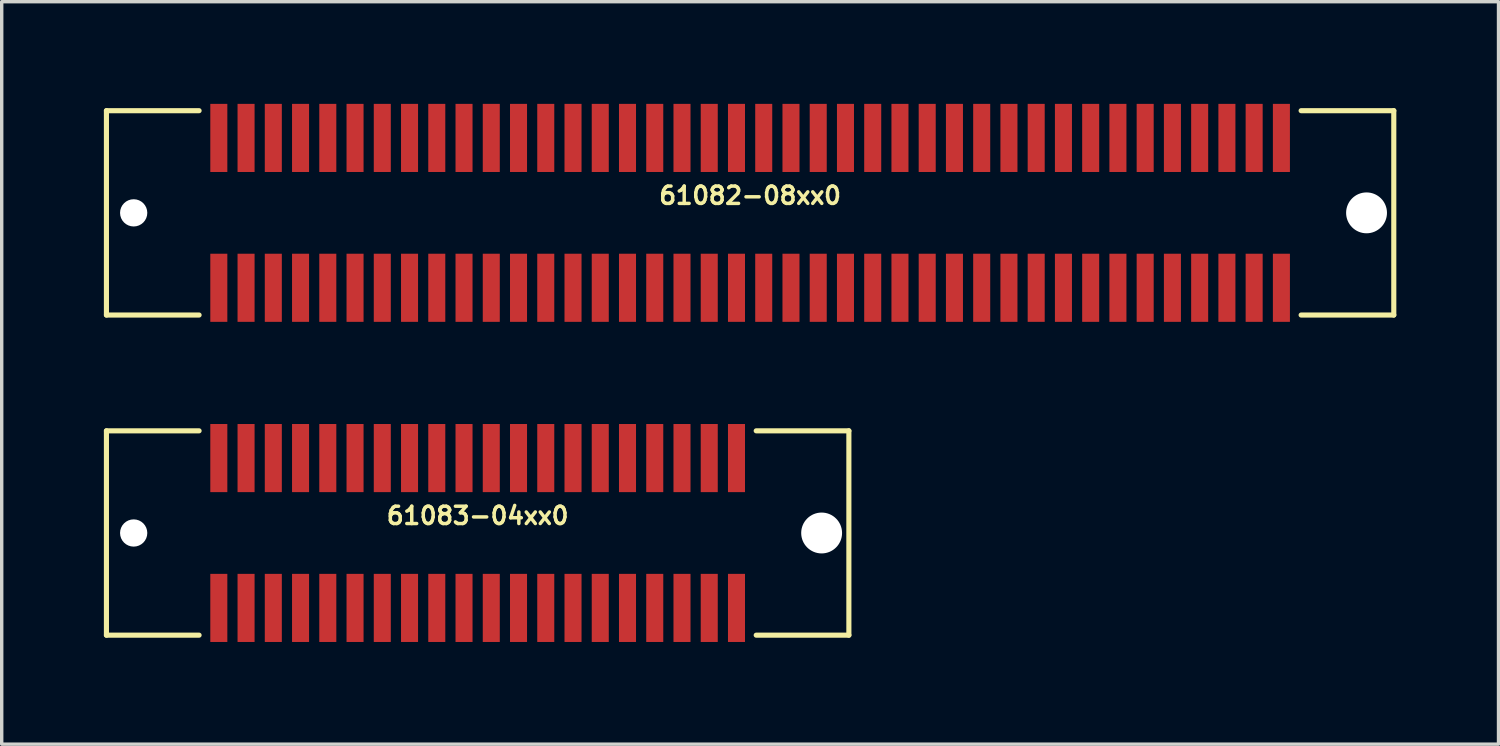
<source format=kicad_pcb>
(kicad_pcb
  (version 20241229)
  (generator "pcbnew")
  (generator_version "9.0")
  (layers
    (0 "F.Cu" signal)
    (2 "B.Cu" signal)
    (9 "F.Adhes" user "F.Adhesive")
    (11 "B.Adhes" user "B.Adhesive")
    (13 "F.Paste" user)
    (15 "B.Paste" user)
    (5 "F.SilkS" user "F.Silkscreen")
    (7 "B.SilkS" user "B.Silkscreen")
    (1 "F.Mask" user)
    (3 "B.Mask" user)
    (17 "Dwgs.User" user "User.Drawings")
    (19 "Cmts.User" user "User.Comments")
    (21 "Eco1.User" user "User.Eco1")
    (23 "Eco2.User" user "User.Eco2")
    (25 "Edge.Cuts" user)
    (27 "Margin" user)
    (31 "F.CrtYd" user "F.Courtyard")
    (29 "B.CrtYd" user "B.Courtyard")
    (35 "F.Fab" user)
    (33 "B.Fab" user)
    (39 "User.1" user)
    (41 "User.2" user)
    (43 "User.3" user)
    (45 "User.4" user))
  (footprint "61083-04xx0"
    (layer "F.Cu")
    (at 10.975 12.6)
    (property "Reference" "61083-04xx0" (at 0 -0.508 0) (layer "F.SilkS") (effects (font (size 0.508 0.508) (thickness 0.102))))
    (attr through_hole)
    (fp_line (start -10.9 -3) (end -10.9 3) (stroke (width 0.15) (type solid)) (layer "F.SilkS"))
    (fp_line (start -10.9 -3) (end -8.179 -3) (stroke (width 0.15) (type solid)) (layer "F.SilkS"))
    (fp_line (start -10.9 3) (end -8.179 3) (stroke (width 0.15) (type solid)) (layer "F.SilkS"))
    (fp_line (start 8.179 -3) (end 10.9 -3) (stroke (width 0.15) (type solid)) (layer "F.SilkS"))
    (fp_line (start 10.9 -3) (end 10.9 3) (stroke (width 0.15) (type solid)) (layer "F.SilkS"))
    (fp_line (start 10.9 3) (end 8.179 3) (stroke (width 0.15) (type solid)) (layer "F.SilkS"))
    (pad "" np_thru_hole circle (at -10.1 0) (size 0.8 0.8) (drill 0.8) (layers "*.Cu" "*.Mask"))
    (pad "" np_thru_hole circle (at 10.1 0) (size 1.2 1.2) (drill 1.2) (layers "*.Cu" "*.Mask"))
    (pad "1" smd rect (at -7.6 -2.2) (size 0.5 2) (layers "F.Cu" "F.Mask" "F.Paste"))
    (pad "2" smd rect (at -7.6 2.2) (size 0.5 2) (layers "F.Cu" "F.Mask" "F.Paste"))
    (pad "3" smd rect (at -6.8 -2.2) (size 0.5 2) (layers "F.Cu" "F.Mask" "F.Paste"))
    (pad "4" smd rect (at -6.8 2.2) (size 0.5 2) (layers "F.Cu" "F.Mask" "F.Paste"))
    (pad "5" smd rect (at -6 -2.2) (size 0.5 2) (layers "F.Cu" "F.Mask" "F.Paste"))
    (pad "6" smd rect (at -6 2.2) (size 0.5 2) (layers "F.Cu" "F.Mask" "F.Paste"))
    (pad "7" smd rect (at -5.2 -2.2) (size 0.5 2) (layers "F.Cu" "F.Mask" "F.Paste"))
    (pad "8" smd rect (at -5.2 2.2) (size 0.5 2) (layers "F.Cu" "F.Mask" "F.Paste"))
    (pad "9" smd rect (at -4.4 -2.2) (size 0.5 2) (layers "F.Cu" "F.Mask" "F.Paste"))
    (pad "10" smd rect (at -4.4 2.2) (size 0.5 2) (layers "F.Cu" "F.Mask" "F.Paste"))
    (pad "11" smd rect (at -3.6 -2.2) (size 0.5 2) (layers "F.Cu" "F.Mask" "F.Paste"))
    (pad "12" smd rect (at -3.6 2.2) (size 0.5 2) (layers "F.Cu" "F.Mask" "F.Paste"))
    (pad "13" smd rect (at -2.8 -2.2) (size 0.5 2) (layers "F.Cu" "F.Mask" "F.Paste"))
    (pad "14" smd rect (at -2.8 2.2) (size 0.5 2) (layers "F.Cu" "F.Mask" "F.Paste"))
    (pad "15" smd rect (at -2 -2.2) (size 0.5 2) (layers "F.Cu" "F.Mask" "F.Paste"))
    (pad "16" smd rect (at -2 2.2) (size 0.5 2) (layers "F.Cu" "F.Mask" "F.Paste"))
    (pad "17" smd rect (at -1.2 -2.2) (size 0.5 2) (layers "F.Cu" "F.Mask" "F.Paste"))
    (pad "18" smd rect (at -1.2 2.2) (size 0.5 2) (layers "F.Cu" "F.Mask" "F.Paste"))
    (pad "19" smd rect (at -0.4 -2.2) (size 0.5 2) (layers "F.Cu" "F.Mask" "F.Paste"))
    (pad "20" smd rect (at -0.4 2.2) (size 0.5 2) (layers "F.Cu" "F.Mask" "F.Paste"))
    (pad "21" smd rect (at 0.4 -2.2) (size 0.5 2) (layers "F.Cu" "F.Mask" "F.Paste"))
    (pad "22" smd rect (at 0.4 2.2) (size 0.5 2) (layers "F.Cu" "F.Mask" "F.Paste"))
    (pad "23" smd rect (at 1.2 -2.2) (size 0.5 2) (layers "F.Cu" "F.Mask" "F.Paste"))
    (pad "24" smd rect (at 1.2 2.2) (size 0.5 2) (layers "F.Cu" "F.Mask" "F.Paste"))
    (pad "25" smd rect (at 2 -2.2) (size 0.5 2) (layers "F.Cu" "F.Mask" "F.Paste"))
    (pad "26" smd rect (at 2 2.2) (size 0.5 2) (layers "F.Cu" "F.Mask" "F.Paste"))
    (pad "27" smd rect (at 2.8 -2.2) (size 0.5 2) (layers "F.Cu" "F.Mask" "F.Paste"))
    (pad "28" smd rect (at 2.8 2.2) (size 0.5 2) (layers "F.Cu" "F.Mask" "F.Paste"))
    (pad "29" smd rect (at 3.6 -2.2) (size 0.5 2) (layers "F.Cu" "F.Mask" "F.Paste"))
    (pad "30" smd rect (at 3.6 2.2) (size 0.5 2) (layers "F.Cu" "F.Mask" "F.Paste"))
    (pad "31" smd rect (at 4.4 -2.2) (size 0.5 2) (layers "F.Cu" "F.Mask" "F.Paste"))
    (pad "32" smd rect (at 4.4 2.2) (size 0.5 2) (layers "F.Cu" "F.Mask" "F.Paste"))
    (pad "33" smd rect (at 5.2 -2.2) (size 0.5 2) (layers "F.Cu" "F.Mask" "F.Paste"))
    (pad "34" smd rect (at 5.2 2.2) (size 0.5 2) (layers "F.Cu" "F.Mask" "F.Paste"))
    (pad "35" smd rect (at 6 -2.2) (size 0.5 2) (layers "F.Cu" "F.Mask" "F.Paste"))
    (pad "36" smd rect (at 6 2.2) (size 0.5 2) (layers "F.Cu" "F.Mask" "F.Paste"))
    (pad "37" smd rect (at 6.8 -2.2) (size 0.5 2) (layers "F.Cu" "F.Mask" "F.Paste"))
    (pad "38" smd rect (at 6.8 2.2) (size 0.5 2) (layers "F.Cu" "F.Mask" "F.Paste"))
    (pad "39" smd rect (at 7.6 -2.2) (size 0.5 2) (layers "F.Cu" "F.Mask" "F.Paste"))
    (pad "40" smd rect (at 7.6 2.2) (size 0.5 2) (layers "F.Cu" "F.Mask" "F.Paste")))
  (footprint "61082-08xx0"
    (layer "F.Cu")
    (at 18.975 3.2)
    (property "Reference" "61082-08xx0" (at 0 -0.508 0) (layer "F.SilkS") (effects (font (size 0.508 0.508) (thickness 0.102))))
    (attr through_hole)
    (fp_line (start -18.9 -3) (end -18.9 3) (stroke (width 0.15) (type solid)) (layer "F.SilkS"))
    (fp_line (start -18.9 -3) (end -16.179 -3) (stroke (width 0.15) (type solid)) (layer "F.SilkS"))
    (fp_line (start -18.9 3) (end -16.179 3) (stroke (width 0.15) (type solid)) (layer "F.SilkS"))
    (fp_line (start 16.179 -3) (end 18.9 -3) (stroke (width 0.15) (type solid)) (layer "F.SilkS"))
    (fp_line (start 18.9 -3) (end 18.9 3) (stroke (width 0.15) (type solid)) (layer "F.SilkS"))
    (fp_line (start 18.9 3) (end 16.179 3) (stroke (width 0.15) (type solid)) (layer "F.SilkS"))
    (pad "" np_thru_hole circle (at -18.1 0) (size 0.8 0.8) (drill 0.8) (layers "*.Cu" "*.Mask"))
    (pad "" np_thru_hole circle (at 18.1 0) (size 1.2 1.2) (drill 1.2) (layers "*.Cu" "*.Mask"))
    (pad "1" smd rect (at 15.6 -2.2) (size 0.5 2) (layers "F.Cu" "F.Mask" "F.Paste"))
    (pad "2" smd rect (at 15.6 2.2) (size 0.5 2) (layers "F.Cu" "F.Mask" "F.Paste"))
    (pad "3" smd rect (at 14.8 -2.2) (size 0.5 2) (layers "F.Cu" "F.Mask" "F.Paste"))
    (pad "4" smd rect (at 14.8 2.2) (size 0.5 2) (layers "F.Cu" "F.Mask" "F.Paste"))
    (pad "5" smd rect (at 14 -2.2) (size 0.5 2) (layers "F.Cu" "F.Mask" "F.Paste"))
    (pad "6" smd rect (at 14 2.2) (size 0.5 2) (layers "F.Cu" "F.Mask" "F.Paste"))
    (pad "7" smd rect (at 13.2 -2.2) (size 0.5 2) (layers "F.Cu" "F.Mask" "F.Paste"))
    (pad "8" smd rect (at 13.2 2.2) (size 0.5 2) (layers "F.Cu" "F.Mask" "F.Paste"))
    (pad "9" smd rect (at 12.4 -2.2) (size 0.5 2) (layers "F.Cu" "F.Mask" "F.Paste"))
    (pad "10" smd rect (at 12.4 2.2) (size 0.5 2) (layers "F.Cu" "F.Mask" "F.Paste"))
    (pad "11" smd rect (at 11.6 -2.2) (size 0.5 2) (layers "F.Cu" "F.Mask" "F.Paste"))
    (pad "12" smd rect (at 11.6 2.2) (size 0.5 2) (layers "F.Cu" "F.Mask" "F.Paste"))
    (pad "13" smd rect (at 10.8 -2.2) (size 0.5 2) (layers "F.Cu" "F.Mask" "F.Paste"))
    (pad "14" smd rect (at 10.8 2.2) (size 0.5 2) (layers "F.Cu" "F.Mask" "F.Paste"))
    (pad "15" smd rect (at 10 -2.2) (size 0.5 2) (layers "F.Cu" "F.Mask" "F.Paste"))
    (pad "16" smd rect (at 10 2.2) (size 0.5 2) (layers "F.Cu" "F.Mask" "F.Paste"))
    (pad "17" smd rect (at 9.2 -2.2) (size 0.5 2) (layers "F.Cu" "F.Mask" "F.Paste"))
    (pad "18" smd rect (at 9.2 2.2) (size 0.5 2) (layers "F.Cu" "F.Mask" "F.Paste"))
    (pad "19" smd rect (at 8.4 -2.2) (size 0.5 2) (layers "F.Cu" "F.Mask" "F.Paste"))
    (pad "20" smd rect (at 8.4 2.2) (size 0.5 2) (layers "F.Cu" "F.Mask" "F.Paste"))
    (pad "21" smd rect (at 7.6 -2.2) (size 0.5 2) (layers "F.Cu" "F.Mask" "F.Paste"))
    (pad "22" smd rect (at 7.6 2.2) (size 0.5 2) (layers "F.Cu" "F.Mask" "F.Paste"))
    (pad "23" smd rect (at 6.8 -2.2) (size 0.5 2) (layers "F.Cu" "F.Mask" "F.Paste"))
    (pad "24" smd rect (at 6.8 2.2) (size 0.5 2) (layers "F.Cu" "F.Mask" "F.Paste"))
    (pad "25" smd rect (at 6 -2.2) (size 0.5 2) (layers "F.Cu" "F.Mask" "F.Paste"))
    (pad "26" smd rect (at 6 2.2) (size 0.5 2) (layers "F.Cu" "F.Mask" "F.Paste"))
    (pad "27" smd rect (at 5.2 -2.2) (size 0.5 2) (layers "F.Cu" "F.Mask" "F.Paste"))
    (pad "28" smd rect (at 5.2 2.2) (size 0.5 2) (layers "F.Cu" "F.Mask" "F.Paste"))
    (pad "29" smd rect (at 4.4 -2.2) (size 0.5 2) (layers "F.Cu" "F.Mask" "F.Paste"))
    (pad "30" smd rect (at 4.4 2.2) (size 0.5 2) (layers "F.Cu" "F.Mask" "F.Paste"))
    (pad "31" smd rect (at 3.6 -2.2) (size 0.5 2) (layers "F.Cu" "F.Mask" "F.Paste"))
    (pad "32" smd rect (at 3.6 2.2) (size 0.5 2) (layers "F.Cu" "F.Mask" "F.Paste"))
    (pad "33" smd rect (at 2.8 -2.2) (size 0.5 2) (layers "F.Cu" "F.Mask" "F.Paste"))
    (pad "34" smd rect (at 2.8 2.2) (size 0.5 2) (layers "F.Cu" "F.Mask" "F.Paste"))
    (pad "35" smd rect (at 2 -2.2) (size 0.5 2) (layers "F.Cu" "F.Mask" "F.Paste"))
    (pad "36" smd rect (at 2 2.2) (size 0.5 2) (layers "F.Cu" "F.Mask" "F.Paste"))
    (pad "37" smd rect (at 1.2 -2.2) (size 0.5 2) (layers "F.Cu" "F.Mask" "F.Paste"))
    (pad "38" smd rect (at 1.2 2.2) (size 0.5 2) (layers "F.Cu" "F.Mask" "F.Paste"))
    (pad "39" smd rect (at 0.4 -2.2) (size 0.5 2) (layers "F.Cu" "F.Mask" "F.Paste"))
    (pad "40" smd rect (at 0.4 2.2) (size 0.5 2) (layers "F.Cu" "F.Mask" "F.Paste"))
    (pad "41" smd rect (at -0.4 -2.2) (size 0.5 2) (layers "F.Cu" "F.Mask" "F.Paste"))
    (pad "42" smd rect (at -0.4 2.2) (size 0.5 2) (layers "F.Cu" "F.Mask" "F.Paste"))
    (pad "43" smd rect (at -1.2 -2.2) (size 0.5 2) (layers "F.Cu" "F.Mask" "F.Paste"))
    (pad "44" smd rect (at -1.2 2.2) (size 0.5 2) (layers "F.Cu" "F.Mask" "F.Paste"))
    (pad "45" smd rect (at -2 -2.2) (size 0.5 2) (layers "F.Cu" "F.Mask" "F.Paste"))
    (pad "46" smd rect (at -2 2.2) (size 0.5 2) (layers "F.Cu" "F.Mask" "F.Paste"))
    (pad "47" smd rect (at -2.8 -2.2) (size 0.5 2) (layers "F.Cu" "F.Mask" "F.Paste"))
    (pad "48" smd rect (at -2.8 2.2) (size 0.5 2) (layers "F.Cu" "F.Mask" "F.Paste"))
    (pad "49" smd rect (at -3.6 -2.2) (size 0.5 2) (layers "F.Cu" "F.Mask" "F.Paste"))
    (pad "50" smd rect (at -3.6 2.2) (size 0.5 2) (layers "F.Cu" "F.Mask" "F.Paste"))
    (pad "51" smd rect (at -4.4 -2.2) (size 0.5 2) (layers "F.Cu" "F.Mask" "F.Paste"))
    (pad "52" smd rect (at -4.4 2.2) (size 0.5 2) (layers "F.Cu" "F.Mask" "F.Paste"))
    (pad "53" smd rect (at -5.2 -2.2) (size 0.5 2) (layers "F.Cu" "F.Mask" "F.Paste"))
    (pad "54" smd rect (at -5.2 2.2) (size 0.5 2) (layers "F.Cu" "F.Mask" "F.Paste"))
    (pad "55" smd rect (at -6 -2.2) (size 0.5 2) (layers "F.Cu" "F.Mask" "F.Paste"))
    (pad "56" smd rect (at -6 2.2) (size 0.5 2) (layers "F.Cu" "F.Mask" "F.Paste"))
    (pad "57" smd rect (at -6.8 -2.2) (size 0.5 2) (layers "F.Cu" "F.Mask" "F.Paste"))
    (pad "58" smd rect (at -6.8 2.2) (size 0.5 2) (layers "F.Cu" "F.Mask" "F.Paste"))
    (pad "59" smd rect (at -7.6 -2.2) (size 0.5 2) (layers "F.Cu" "F.Mask" "F.Paste"))
    (pad "60" smd rect (at -7.6 2.2) (size 0.5 2) (layers "F.Cu" "F.Mask" "F.Paste"))
    (pad "61" smd rect (at -8.4 -2.2) (size 0.5 2) (layers "F.Cu" "F.Mask" "F.Paste"))
    (pad "62" smd rect (at -8.4 2.2) (size 0.5 2) (layers "F.Cu" "F.Mask" "F.Paste"))
    (pad "63" smd rect (at -9.2 -2.2) (size 0.5 2) (layers "F.Cu" "F.Mask" "F.Paste"))
    (pad "64" smd rect (at -9.2 2.2) (size 0.5 2) (layers "F.Cu" "F.Mask" "F.Paste"))
    (pad "65" smd rect (at -10 -2.2) (size 0.5 2) (layers "F.Cu" "F.Mask" "F.Paste"))
    (pad "66" smd rect (at -10 2.2) (size 0.5 2) (layers "F.Cu" "F.Mask" "F.Paste"))
    (pad "67" smd rect (at -10.8 -2.2) (size 0.5 2) (layers "F.Cu" "F.Mask" "F.Paste"))
    (pad "68" smd rect (at -10.8 2.2) (size 0.5 2) (layers "F.Cu" "F.Mask" "F.Paste"))
    (pad "69" smd rect (at -11.6 -2.2) (size 0.5 2) (layers "F.Cu" "F.Mask" "F.Paste"))
    (pad "70" smd rect (at -11.6 2.2) (size 0.5 2) (layers "F.Cu" "F.Mask" "F.Paste"))
    (pad "71" smd rect (at -12.4 -2.2) (size 0.5 2) (layers "F.Cu" "F.Mask" "F.Paste"))
    (pad "72" smd rect (at -12.4 2.2) (size 0.5 2) (layers "F.Cu" "F.Mask" "F.Paste"))
    (pad "73" smd rect (at -13.2 -2.2) (size 0.5 2) (layers "F.Cu" "F.Mask" "F.Paste"))
    (pad "74" smd rect (at -13.2 2.2) (size 0.5 2) (layers "F.Cu" "F.Mask" "F.Paste"))
    (pad "75" smd rect (at -14 -2.2) (size 0.5 2) (layers "F.Cu" "F.Mask" "F.Paste"))
    (pad "76" smd rect (at -14 2.2) (size 0.5 2) (layers "F.Cu" "F.Mask" "F.Paste"))
    (pad "77" smd rect (at -14.8 -2.2) (size 0.5 2) (layers "F.Cu" "F.Mask" "F.Paste"))
    (pad "78" smd rect (at -14.8 2.2) (size 0.5 2) (layers "F.Cu" "F.Mask" "F.Paste"))
    (pad "79" smd rect (at -15.6 -2.2) (size 0.5 2) (layers "F.Cu" "F.Mask" "F.Paste"))
    (pad "80" smd rect (at -15.6 2.2) (size 0.5 2) (layers "F.Cu" "F.Mask" "F.Paste")))
  (gr_rect
    (start -3 -3)
    (end 40.95 18.8)
    (stroke (width 0.1) (type default))
    (fill no)
    (layer "Edge.Cuts")))
</source>
